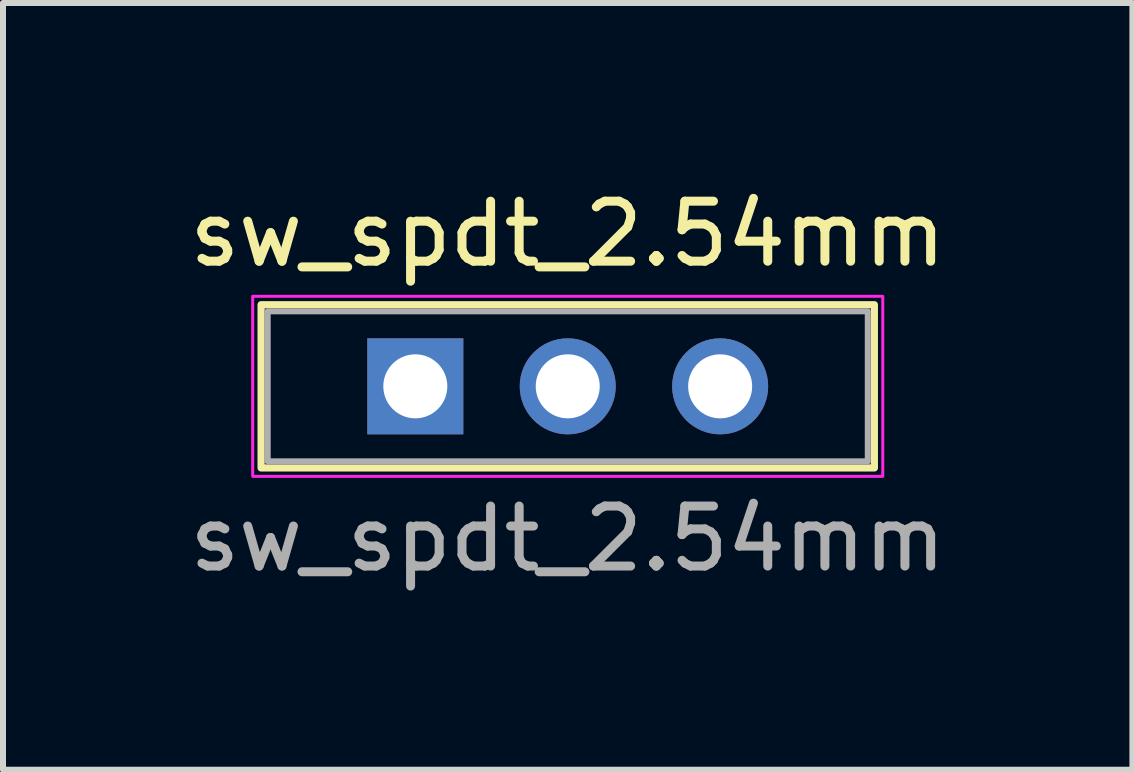
<source format=kicad_pcb>
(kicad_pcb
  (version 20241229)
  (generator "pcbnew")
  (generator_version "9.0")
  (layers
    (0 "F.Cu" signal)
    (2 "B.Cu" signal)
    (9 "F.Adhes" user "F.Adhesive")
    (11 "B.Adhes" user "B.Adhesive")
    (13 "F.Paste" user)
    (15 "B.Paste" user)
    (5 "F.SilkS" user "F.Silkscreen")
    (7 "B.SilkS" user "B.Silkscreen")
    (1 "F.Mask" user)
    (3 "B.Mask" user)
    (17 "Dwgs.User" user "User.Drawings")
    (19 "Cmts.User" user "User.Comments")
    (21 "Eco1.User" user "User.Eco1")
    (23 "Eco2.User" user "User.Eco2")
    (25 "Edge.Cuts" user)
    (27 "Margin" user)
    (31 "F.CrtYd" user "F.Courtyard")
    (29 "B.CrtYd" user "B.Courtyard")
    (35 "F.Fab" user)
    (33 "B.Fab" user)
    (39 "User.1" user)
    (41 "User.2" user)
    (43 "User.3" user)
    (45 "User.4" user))
  (footprint "sw_spdt_2.54mm"
    (layer "F.Cu")
    (at 6.411 3.388)
    (property "Reference" "sw_spdt_2.54mm" (at 0 -2.54 0) (layer "F.SilkS") (effects (font (size 1 1) (thickness 0.15))))
    (attr through_hole)
    (fp_rect (start -5.11 -1.36) (end 5.11 1.36) (stroke (width 0.12) (type default)) (fill no) (layer "F.SilkS"))
    (fp_rect (start -5.25 -1.5) (end 5.25 1.5) (stroke (width 0.05) (type default)) (fill no) (layer "F.CrtYd"))
    (fp_rect (start -5 -1.25) (end 5 1.25) (stroke (width 0.1) (type default)) (fill no) (layer "F.Fab"))
    (fp_text user "${REFERENCE}" (at 0 2.54 0) (layer "F.Fab") (effects (font (size 1 1) (thickness 0.15))))
    (pad "1" thru_hole rect (at -2.54 0) (size 1.6 1.6) (drill 1.067) (layers "*.Cu" "*.Mask"))
    (pad "2" thru_hole circle (at 0 0) (size 1.6 1.6) (drill 1.067) (layers "*.Cu" "*.Mask"))
    (pad "3" thru_hole circle (at 2.54 0) (size 1.6 1.6) (drill 1.067) (layers "*.Cu" "*.Mask")))
  (gr_rect
    (start -3 -3)
    (end 15.821 9.777)
    (stroke (width 0.1) (type default))
    (fill no)
    (layer "Edge.Cuts")))
</source>
